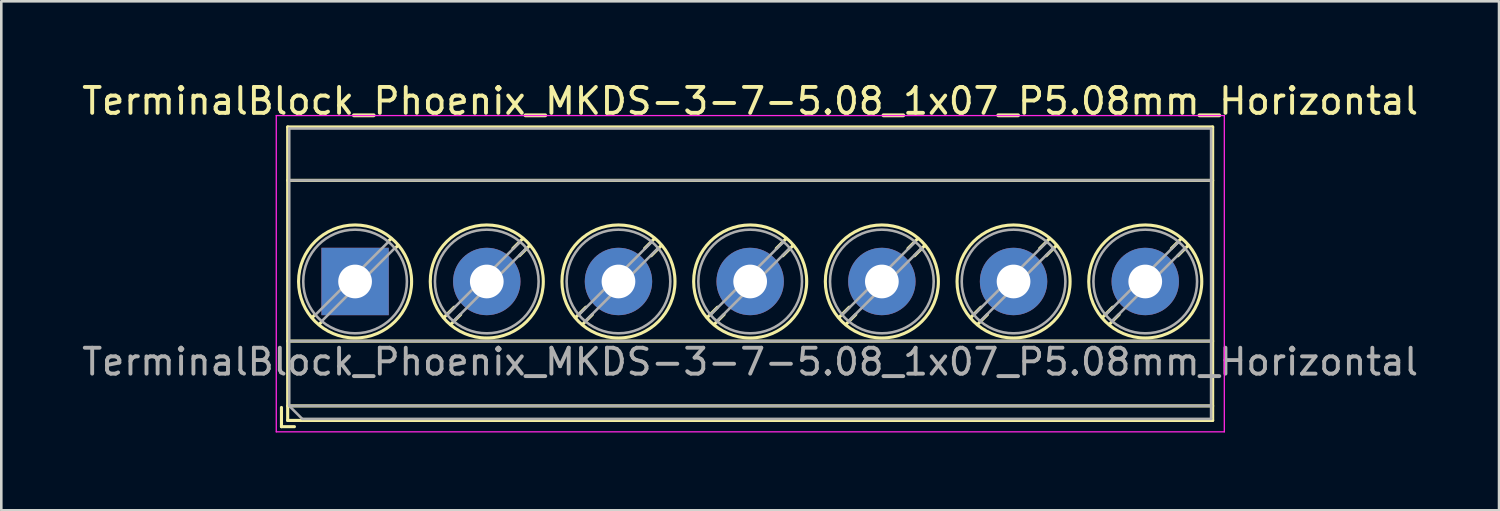
<source format=kicad_pcb>
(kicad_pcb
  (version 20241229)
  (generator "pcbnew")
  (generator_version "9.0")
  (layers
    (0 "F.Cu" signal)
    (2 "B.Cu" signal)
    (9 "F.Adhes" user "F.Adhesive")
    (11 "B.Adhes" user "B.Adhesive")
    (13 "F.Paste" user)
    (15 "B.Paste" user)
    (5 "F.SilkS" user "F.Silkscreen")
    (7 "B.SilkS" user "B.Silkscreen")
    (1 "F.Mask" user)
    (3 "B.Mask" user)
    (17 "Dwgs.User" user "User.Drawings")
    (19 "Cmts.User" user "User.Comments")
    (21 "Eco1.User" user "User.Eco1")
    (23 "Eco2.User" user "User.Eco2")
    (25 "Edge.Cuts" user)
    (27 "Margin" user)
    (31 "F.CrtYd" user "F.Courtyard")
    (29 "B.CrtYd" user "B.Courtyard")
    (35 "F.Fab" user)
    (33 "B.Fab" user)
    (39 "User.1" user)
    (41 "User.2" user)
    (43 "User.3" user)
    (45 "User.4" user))
  (footprint "TerminalBlock_Phoenix_MKDS-3-7-5.08_1x07_P5.08mm_Horizontal"
    (layer "F.Cu")
    (at 10.647 7.808)
    (property "Reference" "TerminalBlock_Phoenix_MKDS-3-7-5.08_1x07_P5.08mm_Horizontal" (at 15.24 -6.96 0) (layer "F.SilkS") (effects (font (size 1 1) (thickness 0.15))))
    (attr through_hole)
    (fp_line (start -2.84 4.86) (end -2.84 5.6) (stroke (width 0.12) (type solid)) (layer "F.SilkS"))
    (fp_line (start -2.84 5.6) (end -2.34 5.6) (stroke (width 0.12) (type solid)) (layer "F.SilkS"))
    (fp_line (start -2.6 -5.96) (end -2.6 5.36) (stroke (width 0.12) (type solid)) (layer "F.SilkS"))
    (fp_line (start -2.6 -5.96) (end 33.08 -5.96) (stroke (width 0.12) (type solid)) (layer "F.SilkS"))
    (fp_line (start -2.6 -3.9) (end 33.08 -3.9) (stroke (width 0.12) (type solid)) (layer "F.SilkS"))
    (fp_line (start -2.6 2.3) (end 33.08 2.3) (stroke (width 0.12) (type solid)) (layer "F.SilkS"))
    (fp_line (start -2.6 4.8) (end 33.08 4.8) (stroke (width 0.12) (type solid)) (layer "F.SilkS"))
    (fp_line (start -2.6 5.36) (end 33.08 5.36) (stroke (width 0.12) (type solid)) (layer "F.SilkS"))
    (fp_line (start -1.548 1.281) (end -1.654 1.388) (stroke (width 0.12) (type solid)) (layer "F.SilkS"))
    (fp_line (start -1.282 1.547) (end -1.388 1.654) (stroke (width 0.12) (type solid)) (layer "F.SilkS"))
    (fp_line (start 1.388 -1.654) (end 1.281 -1.547) (stroke (width 0.12) (type solid)) (layer "F.SilkS"))
    (fp_line (start 1.654 -1.388) (end 1.547 -1.281) (stroke (width 0.12) (type solid)) (layer "F.SilkS"))
    (fp_line (start 3.822 0.992) (end 3.427 1.388) (stroke (width 0.12) (type solid)) (layer "F.SilkS"))
    (fp_line (start 4.073 1.274) (end 3.693 1.654) (stroke (width 0.12) (type solid)) (layer "F.SilkS"))
    (fp_line (start 6.468 -1.654) (end 6.088 -1.274) (stroke (width 0.12) (type solid)) (layer "F.SilkS"))
    (fp_line (start 6.734 -1.388) (end 6.339 -0.992) (stroke (width 0.12) (type solid)) (layer "F.SilkS"))
    (fp_line (start 8.902 0.992) (end 8.507 1.388) (stroke (width 0.12) (type solid)) (layer "F.SilkS"))
    (fp_line (start 9.153 1.274) (end 8.773 1.654) (stroke (width 0.12) (type solid)) (layer "F.SilkS"))
    (fp_line (start 11.548 -1.654) (end 11.168 -1.274) (stroke (width 0.12) (type solid)) (layer "F.SilkS"))
    (fp_line (start 11.814 -1.388) (end 11.419 -0.992) (stroke (width 0.12) (type solid)) (layer "F.SilkS"))
    (fp_line (start 13.982 0.992) (end 13.587 1.388) (stroke (width 0.12) (type solid)) (layer "F.SilkS"))
    (fp_line (start 14.233 1.274) (end 13.853 1.654) (stroke (width 0.12) (type solid)) (layer "F.SilkS"))
    (fp_line (start 16.628 -1.654) (end 16.248 -1.274) (stroke (width 0.12) (type solid)) (layer "F.SilkS"))
    (fp_line (start 16.894 -1.388) (end 16.499 -0.992) (stroke (width 0.12) (type solid)) (layer "F.SilkS"))
    (fp_line (start 19.062 0.992) (end 18.667 1.388) (stroke (width 0.12) (type solid)) (layer "F.SilkS"))
    (fp_line (start 19.313 1.274) (end 18.933 1.654) (stroke (width 0.12) (type solid)) (layer "F.SilkS"))
    (fp_line (start 21.708 -1.654) (end 21.328 -1.274) (stroke (width 0.12) (type solid)) (layer "F.SilkS"))
    (fp_line (start 21.974 -1.388) (end 21.579 -0.992) (stroke (width 0.12) (type solid)) (layer "F.SilkS"))
    (fp_line (start 24.142 0.992) (end 23.747 1.388) (stroke (width 0.12) (type solid)) (layer "F.SilkS"))
    (fp_line (start 24.393 1.274) (end 24.013 1.654) (stroke (width 0.12) (type solid)) (layer "F.SilkS"))
    (fp_line (start 26.788 -1.654) (end 26.408 -1.274) (stroke (width 0.12) (type solid)) (layer "F.SilkS"))
    (fp_line (start 27.054 -1.388) (end 26.659 -0.992) (stroke (width 0.12) (type solid)) (layer "F.SilkS"))
    (fp_line (start 29.222 0.992) (end 28.827 1.388) (stroke (width 0.12) (type solid)) (layer "F.SilkS"))
    (fp_line (start 29.473 1.274) (end 29.093 1.654) (stroke (width 0.12) (type solid)) (layer "F.SilkS"))
    (fp_line (start 31.868 -1.654) (end 31.488 -1.274) (stroke (width 0.12) (type solid)) (layer "F.SilkS"))
    (fp_line (start 32.134 -1.388) (end 31.739 -0.992) (stroke (width 0.12) (type solid)) (layer "F.SilkS"))
    (fp_line (start 33.08 -5.96) (end 33.08 5.36) (stroke (width 0.12) (type solid)) (layer "F.SilkS"))
    (fp_circle (center 0 0) (end 2.18 0) (stroke (width 0.12) (type solid)) (fill no) (layer "F.SilkS"))
    (fp_circle (center 5.08 0) (end 7.26 0) (stroke (width 0.12) (type solid)) (fill no) (layer "F.SilkS"))
    (fp_circle (center 10.16 0) (end 12.34 0) (stroke (width 0.12) (type solid)) (fill no) (layer "F.SilkS"))
    (fp_circle (center 15.24 0) (end 17.42 0) (stroke (width 0.12) (type solid)) (fill no) (layer "F.SilkS"))
    (fp_circle (center 20.32 0) (end 22.5 0) (stroke (width 0.12) (type solid)) (fill no) (layer "F.SilkS"))
    (fp_circle (center 25.4 0) (end 27.58 0) (stroke (width 0.12) (type solid)) (fill no) (layer "F.SilkS"))
    (fp_circle (center 30.48 0) (end 32.66 0) (stroke (width 0.12) (type solid)) (fill no) (layer "F.SilkS"))
    (fp_line (start -3.04 -6.4) (end -3.04 5.8) (stroke (width 0.05) (type solid)) (layer "F.CrtYd"))
    (fp_line (start -3.04 5.8) (end 33.53 5.8) (stroke (width 0.05) (type solid)) (layer "F.CrtYd"))
    (fp_line (start 33.53 -6.4) (end -3.04 -6.4) (stroke (width 0.05) (type solid)) (layer "F.CrtYd"))
    (fp_line (start 33.53 5.8) (end 33.53 -6.4) (stroke (width 0.05) (type solid)) (layer "F.CrtYd"))
    (fp_line (start -2.54 -5.9) (end 33.02 -5.9) (stroke (width 0.1) (type solid)) (layer "F.Fab"))
    (fp_line (start -2.54 -3.9) (end 33.02 -3.9) (stroke (width 0.1) (type solid)) (layer "F.Fab"))
    (fp_line (start -2.54 2.3) (end 33.02 2.3) (stroke (width 0.1) (type solid)) (layer "F.Fab"))
    (fp_line (start -2.54 4.8) (end -2.54 -5.9) (stroke (width 0.1) (type solid)) (layer "F.Fab"))
    (fp_line (start -2.54 4.8) (end 33.02 4.8) (stroke (width 0.1) (type solid)) (layer "F.Fab"))
    (fp_line (start -2.04 5.3) (end -2.54 4.8) (stroke (width 0.1) (type solid)) (layer "F.Fab"))
    (fp_line (start 1.273 -1.517) (end -1.517 1.273) (stroke (width 0.1) (type solid)) (layer "F.Fab"))
    (fp_line (start 1.517 -1.273) (end -1.273 1.517) (stroke (width 0.1) (type solid)) (layer "F.Fab"))
    (fp_line (start 6.353 -1.517) (end 3.564 1.273) (stroke (width 0.1) (type solid)) (layer "F.Fab"))
    (fp_line (start 6.597 -1.273) (end 3.808 1.517) (stroke (width 0.1) (type solid)) (layer "F.Fab"))
    (fp_line (start 11.433 -1.517) (end 8.644 1.273) (stroke (width 0.1) (type solid)) (layer "F.Fab"))
    (fp_line (start 11.677 -1.273) (end 8.888 1.517) (stroke (width 0.1) (type solid)) (layer "F.Fab"))
    (fp_line (start 16.513 -1.517) (end 13.724 1.273) (stroke (width 0.1) (type solid)) (layer "F.Fab"))
    (fp_line (start 16.757 -1.273) (end 13.968 1.517) (stroke (width 0.1) (type solid)) (layer "F.Fab"))
    (fp_line (start 21.593 -1.517) (end 18.804 1.273) (stroke (width 0.1) (type solid)) (layer "F.Fab"))
    (fp_line (start 21.837 -1.273) (end 19.048 1.517) (stroke (width 0.1) (type solid)) (layer "F.Fab"))
    (fp_line (start 26.673 -1.517) (end 23.884 1.273) (stroke (width 0.1) (type solid)) (layer "F.Fab"))
    (fp_line (start 26.917 -1.273) (end 24.128 1.517) (stroke (width 0.1) (type solid)) (layer "F.Fab"))
    (fp_line (start 31.753 -1.517) (end 28.964 1.273) (stroke (width 0.1) (type solid)) (layer "F.Fab"))
    (fp_line (start 31.997 -1.273) (end 29.208 1.517) (stroke (width 0.1) (type solid)) (layer "F.Fab"))
    (fp_line (start 33.02 -5.9) (end 33.02 5.3) (stroke (width 0.1) (type solid)) (layer "F.Fab"))
    (fp_line (start 33.02 5.3) (end -2.04 5.3) (stroke (width 0.1) (type solid)) (layer "F.Fab"))
    (fp_circle (center 0 0) (end 2 0) (stroke (width 0.1) (type solid)) (fill no) (layer "F.Fab"))
    (fp_circle (center 5.08 0) (end 7.08 0) (stroke (width 0.1) (type solid)) (fill no) (layer "F.Fab"))
    (fp_circle (center 10.16 0) (end 12.16 0) (stroke (width 0.1) (type solid)) (fill no) (layer "F.Fab"))
    (fp_circle (center 15.24 0) (end 17.24 0) (stroke (width 0.1) (type solid)) (fill no) (layer "F.Fab"))
    (fp_circle (center 20.32 0) (end 22.32 0) (stroke (width 0.1) (type solid)) (fill no) (layer "F.Fab"))
    (fp_circle (center 25.4 0) (end 27.4 0) (stroke (width 0.1) (type solid)) (fill no) (layer "F.Fab"))
    (fp_circle (center 30.48 0) (end 32.48 0) (stroke (width 0.1) (type solid)) (fill no) (layer "F.Fab"))
    (fp_text user "${REFERENCE}" (at 15.24 3.1 0) (layer "F.Fab") (effects (font (size 1 1) (thickness 0.15))))
    (pad "1" thru_hole rect (at 0 0) (size 2.6 2.6) (drill 1.3) (layers "*.Cu" "*.Mask"))
    (pad "2" thru_hole circle (at 5.08 0) (size 2.6 2.6) (drill 1.3) (layers "*.Cu" "*.Mask"))
    (pad "3" thru_hole circle (at 10.16 0) (size 2.6 2.6) (drill 1.3) (layers "*.Cu" "*.Mask"))
    (pad "4" thru_hole circle (at 15.24 0) (size 2.6 2.6) (drill 1.3) (layers "*.Cu" "*.Mask"))
    (pad "5" thru_hole circle (at 20.32 0) (size 2.6 2.6) (drill 1.3) (layers "*.Cu" "*.Mask"))
    (pad "6" thru_hole circle (at 25.4 0) (size 2.6 2.6) (drill 1.3) (layers "*.Cu" "*.Mask"))
    (pad "7" thru_hole circle (at 30.48 0) (size 2.6 2.6) (drill 1.3) (layers "*.Cu" "*.Mask")))
  (gr_rect
    (start -3 -3)
    (end 54.774 16.633)
    (stroke (width 0.1) (type default))
    (fill no)
    (layer "Edge.Cuts")))
</source>
